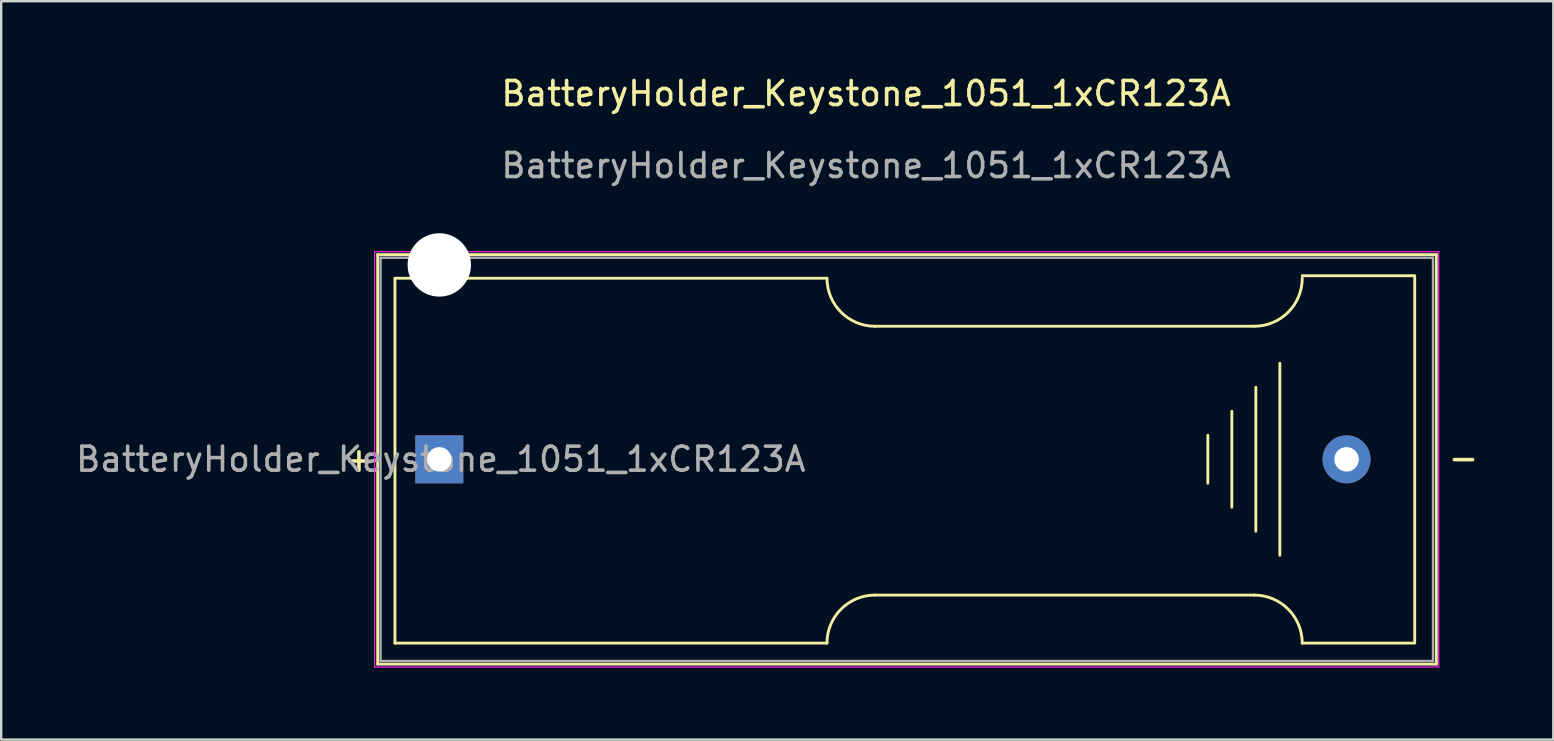
<source format=kicad_pcb>
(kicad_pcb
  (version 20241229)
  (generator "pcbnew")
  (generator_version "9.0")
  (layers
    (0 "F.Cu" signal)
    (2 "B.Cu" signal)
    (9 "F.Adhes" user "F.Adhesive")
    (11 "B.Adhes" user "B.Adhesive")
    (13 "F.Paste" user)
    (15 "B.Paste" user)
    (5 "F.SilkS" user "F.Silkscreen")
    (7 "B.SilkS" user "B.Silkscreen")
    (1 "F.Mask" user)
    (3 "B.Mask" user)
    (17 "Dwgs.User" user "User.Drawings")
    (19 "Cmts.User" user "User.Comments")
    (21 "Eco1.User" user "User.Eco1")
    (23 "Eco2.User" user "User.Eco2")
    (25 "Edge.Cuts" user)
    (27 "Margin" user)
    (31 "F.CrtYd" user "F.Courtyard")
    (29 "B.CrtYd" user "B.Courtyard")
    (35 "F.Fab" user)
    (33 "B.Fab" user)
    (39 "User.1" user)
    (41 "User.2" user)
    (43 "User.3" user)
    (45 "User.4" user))
  (footprint "BatteryHolder_Keystone_1051_1xCR123A"
    (layer "F.Cu")
    (at 15.252 16.088)
    (property "Reference" "BatteryHolder_Keystone_1051_1xCR123A" (at 17.78 -15.24 0) (unlocked yes) (layer "F.SilkS") (effects (font (size 1 1) (thickness 0.15))))
    (attr through_hole)
    (fp_line (start -2.567 -8.53) (end 41.54 -8.53) (stroke (width 0.12) (type solid)) (layer "F.SilkS"))
    (fp_line (start -2.567 8.53) (end -2.567 -8.53) (stroke (width 0.12) (type solid)) (layer "F.SilkS"))
    (fp_line (start -1.847 -7.545) (end -1.847 7.655) (stroke (width 0.12) (type solid)) (layer "F.SilkS"))
    (fp_line (start -1.847 -7.545) (end 16.153 -7.545) (stroke (width 0.12) (type solid)) (layer "F.SilkS"))
    (fp_line (start -1.847 7.655) (end 16.153 7.655) (stroke (width 0.12) (type solid)) (layer "F.SilkS"))
    (fp_line (start 18.153 -5.545) (end 33.953 -5.545) (stroke (width 0.12) (type solid)) (layer "F.SilkS"))
    (fp_line (start 32.02 -1.005) (end 32.02 0.995) (stroke (width 0.12) (type solid)) (layer "F.SilkS"))
    (fp_line (start 33.02 -2.005) (end 33.02 1.995) (stroke (width 0.12) (type solid)) (layer "F.SilkS"))
    (fp_line (start 33.953 5.655) (end 18.153 5.655) (stroke (width 0.12) (type solid)) (layer "F.SilkS"))
    (fp_line (start 34.02 2.995) (end 34.02 -3.005) (stroke (width 0.12) (type solid)) (layer "F.SilkS"))
    (fp_line (start 35.02 -4.005) (end 35.02 3.995) (stroke (width 0.12) (type solid)) (layer "F.SilkS"))
    (fp_line (start 35.953 -7.65) (end 40.64 -7.65) (stroke (width 0.12) (type solid)) (layer "F.SilkS"))
    (fp_line (start 35.953 7.655) (end 40.64 7.655) (stroke (width 0.12) (type solid)) (layer "F.SilkS"))
    (fp_line (start 40.64 -7.6) (end 40.64 7.6) (stroke (width 0.12) (type solid)) (layer "F.SilkS"))
    (fp_line (start 41.54 -8.53) (end 41.54 8.53) (stroke (width 0.12) (type solid)) (layer "F.SilkS"))
    (fp_line (start 41.54 8.53) (end -2.567 8.53) (stroke (width 0.12) (type solid)) (layer "F.SilkS"))
    (fp_arc (start 16.153079 7.655066) (mid 16.738865 6.240852) (end 18.153079 5.655066) (stroke (width 0.12) (type solid)) (layer "F.SilkS"))
    (fp_arc (start 18.153079 -5.544934) (mid 16.738865 -6.13072) (end 16.153079 -7.544934) (stroke (width 0.12) (type solid)) (layer "F.SilkS"))
    (fp_arc (start 33.953079 5.655066) (mid 35.367293 6.240852) (end 35.953079 7.655066) (stroke (width 0.12) (type solid)) (layer "F.SilkS"))
    (fp_arc (start 35.953079 -7.544934) (mid 35.367293 -6.13072) (end 33.953079 -5.544934) (stroke (width 0.12) (type solid)) (layer "F.SilkS"))
    (fp_line (start -2.697 -8.65) (end 41.64 -8.65) (stroke (width 0.05) (type solid)) (layer "F.CrtYd"))
    (fp_line (start -2.697 8.65) (end -2.697 -8.65) (stroke (width 0.05) (type solid)) (layer "F.CrtYd"))
    (fp_line (start 41.64 -8.65) (end 41.64 8.65) (stroke (width 0.05) (type solid)) (layer "F.CrtYd"))
    (fp_line (start 41.64 8.65) (end -2.697 8.65) (stroke (width 0.05) (type solid)) (layer "F.CrtYd"))
    (fp_line (start -2.447 -8.4) (end -2.447 8.4) (stroke (width 0.1) (type solid)) (layer "F.Fab"))
    (fp_line (start -2.447 8.4) (end 41.4 8.4) (stroke (width 0.1) (type solid)) (layer "F.Fab"))
    (fp_line (start 41.4 -8.4) (end -2.447 -8.4) (stroke (width 0.1) (type solid)) (layer "F.Fab"))
    (fp_line (start 41.4 8.4) (end 41.4 -8.4) (stroke (width 0.1) (type solid)) (layer "F.Fab"))
    (fp_text user "-" (at 42.671 -0.063 0) (layer "F.SilkS") (effects (font (size 1 1) (thickness 0.15))))
    (fp_text user "+" (at -3.347 -0.005 0) (layer "F.SilkS") (effects (font (size 1 1) (thickness 0.15))))
    (fp_text user "${REFERENCE}" (at 0.063 -0.005 0) (layer "F.Fab") (effects (font (size 1 1) (thickness 0.15))))
    (fp_text user "${REFERENCE}" (at 17.78 -12.24 0) (unlocked yes) (layer "F.Fab") (effects (font (size 1 1) (thickness 0.15))))
    (pad "" np_thru_hole circle (at 0 -8.1 90) (size 2.64 2.64) (drill 2.64) (layers "*.Cu" "*.Mask"))
    (pad "1" thru_hole rect (at 0 0 180) (size 2 2) (drill 1.02) (layers "*.Cu" "*.Mask"))
    (pad "2" thru_hole circle (at 37.8 0 180) (size 2 2) (drill 1.02) (layers "*.Cu" "*.Mask")))
  (gr_rect
    (start -3 -3)
    (end 61.667 27.763)
    (stroke (width 0.1) (type default))
    (fill no)
    (layer "Edge.Cuts")))
</source>
